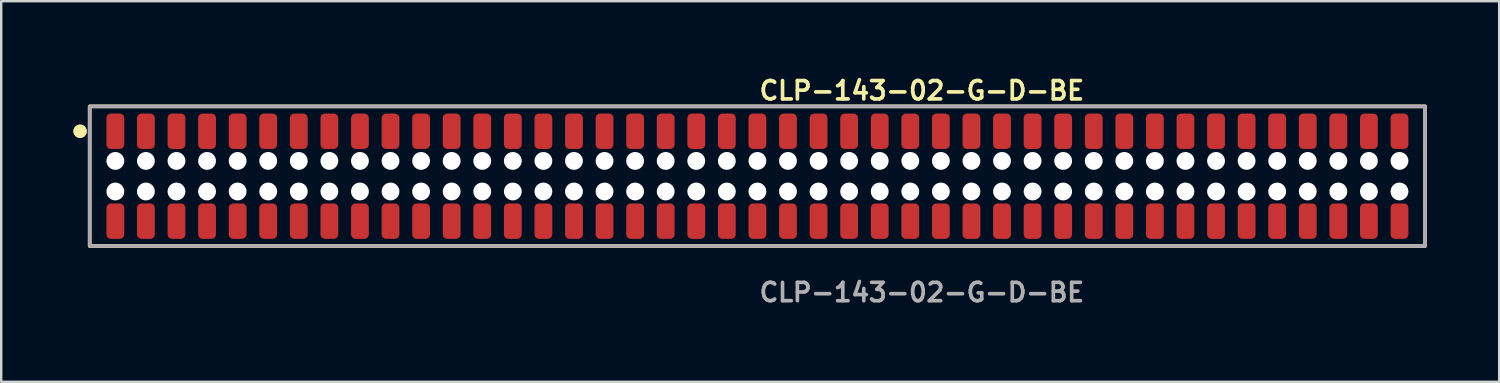
<source format=kicad_pcb>
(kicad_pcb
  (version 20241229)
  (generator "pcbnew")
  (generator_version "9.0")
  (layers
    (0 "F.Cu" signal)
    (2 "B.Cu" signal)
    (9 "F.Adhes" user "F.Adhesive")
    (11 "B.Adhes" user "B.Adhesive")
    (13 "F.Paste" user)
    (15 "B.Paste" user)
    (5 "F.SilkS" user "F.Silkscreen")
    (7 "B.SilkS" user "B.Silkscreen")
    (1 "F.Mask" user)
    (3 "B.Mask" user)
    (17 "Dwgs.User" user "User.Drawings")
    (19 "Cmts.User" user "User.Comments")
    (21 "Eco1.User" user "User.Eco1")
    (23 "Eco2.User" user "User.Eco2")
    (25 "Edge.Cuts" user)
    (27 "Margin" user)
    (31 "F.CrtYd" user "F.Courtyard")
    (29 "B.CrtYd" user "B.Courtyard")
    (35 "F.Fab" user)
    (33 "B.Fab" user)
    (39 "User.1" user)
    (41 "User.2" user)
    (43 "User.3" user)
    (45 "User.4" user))
  (footprint "CLP-143-02-G-D-BE"
    (layer "F.Cu")
    (at 28.411 4.269)
    (property "Reference" "CLP-143-02-G-D-BE" (at 0 -3.556 0) (unlocked yes) (layer "F.SilkS") (effects (font (size 0.762 0.762) (thickness 0.152)) (justify left)))
    (fp_rect (start -27.735 2.9) (end 27.735 -2.9) (stroke (width 0.152) (type solid)) (fill no) (layer "F.SilkS"))
    (fp_circle (center -28.135 -1.867) (end -28.335 -1.867) (stroke (width 0.152) (type solid)) (fill yes) (layer "F.SilkS"))
    (fp_circle (center -28.135 -1.867) (end -28.335 -1.867) (stroke (width 0.152) (type solid)) (fill yes) (layer "F.SilkS"))
    (fp_rect (start -27.735 2.9) (end 27.735 -2.9) (stroke (width 0.006) (type solid)) (fill no) (layer "F.CrtYd"))
    (fp_rect (start -27.735 2.9) (end 27.735 -2.9) (stroke (width 0.152) (type solid)) (fill no) (layer "F.Fab"))
    (fp_text user "${REFERENCE}" (at 0 4.826 0) (unlocked yes) (layer "F.Fab") (effects (font (size 0.762 0.762) (thickness 0.152)) (justify left)))
    (pad "" np_thru_hole circle (at -26.67 -0.635) (size 0.74 0.74) (drill 0.74) (layers "*.Cu" "*.Mask"))
    (pad "" np_thru_hole circle (at -26.67 0.635) (size 0.74 0.74) (drill 0.74) (layers "*.Cu" "*.Mask"))
    (pad "" np_thru_hole circle (at -25.4 -0.635) (size 0.74 0.74) (drill 0.74) (layers "*.Cu" "*.Mask"))
    (pad "" np_thru_hole circle (at -25.4 0.635) (size 0.74 0.74) (drill 0.74) (layers "*.Cu" "*.Mask"))
    (pad "" np_thru_hole circle (at -24.13 -0.635) (size 0.74 0.74) (drill 0.74) (layers "*.Cu" "*.Mask"))
    (pad "" np_thru_hole circle (at -24.13 0.635) (size 0.74 0.74) (drill 0.74) (layers "*.Cu" "*.Mask"))
    (pad "" np_thru_hole circle (at -22.86 -0.635) (size 0.74 0.74) (drill 0.74) (layers "*.Cu" "*.Mask"))
    (pad "" np_thru_hole circle (at -22.86 0.635) (size 0.74 0.74) (drill 0.74) (layers "*.Cu" "*.Mask"))
    (pad "" np_thru_hole circle (at -21.59 -0.635) (size 0.74 0.74) (drill 0.74) (layers "*.Cu" "*.Mask"))
    (pad "" np_thru_hole circle (at -21.59 0.635) (size 0.74 0.74) (drill 0.74) (layers "*.Cu" "*.Mask"))
    (pad "" np_thru_hole circle (at -20.32 -0.635) (size 0.74 0.74) (drill 0.74) (layers "*.Cu" "*.Mask"))
    (pad "" np_thru_hole circle (at -20.32 0.635) (size 0.74 0.74) (drill 0.74) (layers "*.Cu" "*.Mask"))
    (pad "" np_thru_hole circle (at -19.05 -0.635) (size 0.74 0.74) (drill 0.74) (layers "*.Cu" "*.Mask"))
    (pad "" np_thru_hole circle (at -19.05 0.635) (size 0.74 0.74) (drill 0.74) (layers "*.Cu" "*.Mask"))
    (pad "" np_thru_hole circle (at -17.78 -0.635) (size 0.74 0.74) (drill 0.74) (layers "*.Cu" "*.Mask"))
    (pad "" np_thru_hole circle (at -17.78 0.635) (size 0.74 0.74) (drill 0.74) (layers "*.Cu" "*.Mask"))
    (pad "" np_thru_hole circle (at -16.51 -0.635) (size 0.74 0.74) (drill 0.74) (layers "*.Cu" "*.Mask"))
    (pad "" np_thru_hole circle (at -16.51 0.635) (size 0.74 0.74) (drill 0.74) (layers "*.Cu" "*.Mask"))
    (pad "" np_thru_hole circle (at -15.24 -0.635) (size 0.74 0.74) (drill 0.74) (layers "*.Cu" "*.Mask"))
    (pad "" np_thru_hole circle (at -15.24 0.635) (size 0.74 0.74) (drill 0.74) (layers "*.Cu" "*.Mask"))
    (pad "" np_thru_hole circle (at -13.97 -0.635) (size 0.74 0.74) (drill 0.74) (layers "*.Cu" "*.Mask"))
    (pad "" np_thru_hole circle (at -13.97 0.635) (size 0.74 0.74) (drill 0.74) (layers "*.Cu" "*.Mask"))
    (pad "" np_thru_hole circle (at -12.7 -0.635) (size 0.74 0.74) (drill 0.74) (layers "*.Cu" "*.Mask"))
    (pad "" np_thru_hole circle (at -12.7 0.635) (size 0.74 0.74) (drill 0.74) (layers "*.Cu" "*.Mask"))
    (pad "" np_thru_hole circle (at -11.43 -0.635) (size 0.74 0.74) (drill 0.74) (layers "*.Cu" "*.Mask"))
    (pad "" np_thru_hole circle (at -11.43 0.635) (size 0.74 0.74) (drill 0.74) (layers "*.Cu" "*.Mask"))
    (pad "" np_thru_hole circle (at -10.16 -0.635) (size 0.74 0.74) (drill 0.74) (layers "*.Cu" "*.Mask"))
    (pad "" np_thru_hole circle (at -10.16 0.635) (size 0.74 0.74) (drill 0.74) (layers "*.Cu" "*.Mask"))
    (pad "" np_thru_hole circle (at -8.89 -0.635) (size 0.74 0.74) (drill 0.74) (layers "*.Cu" "*.Mask"))
    (pad "" np_thru_hole circle (at -8.89 0.635) (size 0.74 0.74) (drill 0.74) (layers "*.Cu" "*.Mask"))
    (pad "" np_thru_hole circle (at -7.62 -0.635) (size 0.74 0.74) (drill 0.74) (layers "*.Cu" "*.Mask"))
    (pad "" np_thru_hole circle (at -7.62 0.635) (size 0.74 0.74) (drill 0.74) (layers "*.Cu" "*.Mask"))
    (pad "" np_thru_hole circle (at -6.35 -0.635) (size 0.74 0.74) (drill 0.74) (layers "*.Cu" "*.Mask"))
    (pad "" np_thru_hole circle (at -6.35 0.635) (size 0.74 0.74) (drill 0.74) (layers "*.Cu" "*.Mask"))
    (pad "" np_thru_hole circle (at -5.08 -0.635) (size 0.74 0.74) (drill 0.74) (layers "*.Cu" "*.Mask"))
    (pad "" np_thru_hole circle (at -5.08 0.635) (size 0.74 0.74) (drill 0.74) (layers "*.Cu" "*.Mask"))
    (pad "" np_thru_hole circle (at -3.81 -0.635) (size 0.74 0.74) (drill 0.74) (layers "*.Cu" "*.Mask"))
    (pad "" np_thru_hole circle (at -3.81 0.635) (size 0.74 0.74) (drill 0.74) (layers "*.Cu" "*.Mask"))
    (pad "" np_thru_hole circle (at -2.54 -0.635) (size 0.74 0.74) (drill 0.74) (layers "*.Cu" "*.Mask"))
    (pad "" np_thru_hole circle (at -2.54 0.635) (size 0.74 0.74) (drill 0.74) (layers "*.Cu" "*.Mask"))
    (pad "" np_thru_hole circle (at -1.27 -0.635) (size 0.74 0.74) (drill 0.74) (layers "*.Cu" "*.Mask"))
    (pad "" np_thru_hole circle (at -1.27 0.635) (size 0.74 0.74) (drill 0.74) (layers "*.Cu" "*.Mask"))
    (pad "" np_thru_hole circle (at 0 -0.635) (size 0.74 0.74) (drill 0.74) (layers "*.Cu" "*.Mask"))
    (pad "" np_thru_hole circle (at 0 0.635) (size 0.74 0.74) (drill 0.74) (layers "*.Cu" "*.Mask"))
    (pad "" np_thru_hole circle (at 1.27 -0.635) (size 0.74 0.74) (drill 0.74) (layers "*.Cu" "*.Mask"))
    (pad "" np_thru_hole circle (at 1.27 0.635) (size 0.74 0.74) (drill 0.74) (layers "*.Cu" "*.Mask"))
    (pad "" np_thru_hole circle (at 2.54 -0.635) (size 0.74 0.74) (drill 0.74) (layers "*.Cu" "*.Mask"))
    (pad "" np_thru_hole circle (at 2.54 0.635) (size 0.74 0.74) (drill 0.74) (layers "*.Cu" "*.Mask"))
    (pad "" np_thru_hole circle (at 3.81 -0.635) (size 0.74 0.74) (drill 0.74) (layers "*.Cu" "*.Mask"))
    (pad "" np_thru_hole circle (at 3.81 0.635) (size 0.74 0.74) (drill 0.74) (layers "*.Cu" "*.Mask"))
    (pad "" np_thru_hole circle (at 5.08 -0.635) (size 0.74 0.74) (drill 0.74) (layers "*.Cu" "*.Mask"))
    (pad "" np_thru_hole circle (at 5.08 0.635) (size 0.74 0.74) (drill 0.74) (layers "*.Cu" "*.Mask"))
    (pad "" np_thru_hole circle (at 6.35 -0.635) (size 0.74 0.74) (drill 0.74) (layers "*.Cu" "*.Mask"))
    (pad "" np_thru_hole circle (at 6.35 0.635) (size 0.74 0.74) (drill 0.74) (layers "*.Cu" "*.Mask"))
    (pad "" np_thru_hole circle (at 7.62 -0.635) (size 0.74 0.74) (drill 0.74) (layers "*.Cu" "*.Mask"))
    (pad "" np_thru_hole circle (at 7.62 0.635) (size 0.74 0.74) (drill 0.74) (layers "*.Cu" "*.Mask"))
    (pad "" np_thru_hole circle (at 8.89 -0.635) (size 0.74 0.74) (drill 0.74) (layers "*.Cu" "*.Mask"))
    (pad "" np_thru_hole circle (at 8.89 0.635) (size 0.74 0.74) (drill 0.74) (layers "*.Cu" "*.Mask"))
    (pad "" np_thru_hole circle (at 10.16 -0.635) (size 0.74 0.74) (drill 0.74) (layers "*.Cu" "*.Mask"))
    (pad "" np_thru_hole circle (at 10.16 0.635) (size 0.74 0.74) (drill 0.74) (layers "*.Cu" "*.Mask"))
    (pad "" np_thru_hole circle (at 11.43 -0.635) (size 0.74 0.74) (drill 0.74) (layers "*.Cu" "*.Mask"))
    (pad "" np_thru_hole circle (at 11.43 0.635) (size 0.74 0.74) (drill 0.74) (layers "*.Cu" "*.Mask"))
    (pad "" np_thru_hole circle (at 12.7 -0.635) (size 0.74 0.74) (drill 0.74) (layers "*.Cu" "*.Mask"))
    (pad "" np_thru_hole circle (at 12.7 0.635) (size 0.74 0.74) (drill 0.74) (layers "*.Cu" "*.Mask"))
    (pad "" np_thru_hole circle (at 13.97 -0.635) (size 0.74 0.74) (drill 0.74) (layers "*.Cu" "*.Mask"))
    (pad "" np_thru_hole circle (at 13.97 0.635) (size 0.74 0.74) (drill 0.74) (layers "*.Cu" "*.Mask"))
    (pad "" np_thru_hole circle (at 15.24 -0.635) (size 0.74 0.74) (drill 0.74) (layers "*.Cu" "*.Mask"))
    (pad "" np_thru_hole circle (at 15.24 0.635) (size 0.74 0.74) (drill 0.74) (layers "*.Cu" "*.Mask"))
    (pad "" np_thru_hole circle (at 16.51 -0.635) (size 0.74 0.74) (drill 0.74) (layers "*.Cu" "*.Mask"))
    (pad "" np_thru_hole circle (at 16.51 0.635) (size 0.74 0.74) (drill 0.74) (layers "*.Cu" "*.Mask"))
    (pad "" np_thru_hole circle (at 17.78 -0.635) (size 0.74 0.74) (drill 0.74) (layers "*.Cu" "*.Mask"))
    (pad "" np_thru_hole circle (at 17.78 0.635) (size 0.74 0.74) (drill 0.74) (layers "*.Cu" "*.Mask"))
    (pad "" np_thru_hole circle (at 19.05 -0.635) (size 0.74 0.74) (drill 0.74) (layers "*.Cu" "*.Mask"))
    (pad "" np_thru_hole circle (at 19.05 0.635) (size 0.74 0.74) (drill 0.74) (layers "*.Cu" "*.Mask"))
    (pad "" np_thru_hole circle (at 20.32 -0.635) (size 0.74 0.74) (drill 0.74) (layers "*.Cu" "*.Mask"))
    (pad "" np_thru_hole circle (at 20.32 0.635) (size 0.74 0.74) (drill 0.74) (layers "*.Cu" "*.Mask"))
    (pad "" np_thru_hole circle (at 21.59 -0.635) (size 0.74 0.74) (drill 0.74) (layers "*.Cu" "*.Mask"))
    (pad "" np_thru_hole circle (at 21.59 0.635) (size 0.74 0.74) (drill 0.74) (layers "*.Cu" "*.Mask"))
    (pad "" np_thru_hole circle (at 22.86 -0.635) (size 0.74 0.74) (drill 0.74) (layers "*.Cu" "*.Mask"))
    (pad "" np_thru_hole circle (at 22.86 0.635) (size 0.74 0.74) (drill 0.74) (layers "*.Cu" "*.Mask"))
    (pad "" np_thru_hole circle (at 24.13 -0.635) (size 0.74 0.74) (drill 0.74) (layers "*.Cu" "*.Mask"))
    (pad "" np_thru_hole circle (at 24.13 0.635) (size 0.74 0.74) (drill 0.74) (layers "*.Cu" "*.Mask"))
    (pad "" np_thru_hole circle (at 25.4 -0.635) (size 0.74 0.74) (drill 0.74) (layers "*.Cu" "*.Mask"))
    (pad "" np_thru_hole circle (at 25.4 0.635) (size 0.74 0.74) (drill 0.74) (layers "*.Cu" "*.Mask"))
    (pad "" np_thru_hole circle (at 26.67 -0.635) (size 0.74 0.74) (drill 0.74) (layers "*.Cu" "*.Mask"))
    (pad "" np_thru_hole circle (at 26.67 0.635) (size 0.74 0.74) (drill 0.74) (layers "*.Cu" "*.Mask"))
    (pad "1" smd roundrect (at -26.67 -1.867) (size 0.74 1.47) (layers "F.Cu" "F.Paste") (roundrect_rratio 0.25))
    (pad "2" smd roundrect (at -26.67 1.867) (size 0.74 1.47) (layers "F.Cu" "F.Paste") (roundrect_rratio 0.25))
    (pad "3" smd roundrect (at -25.4 -1.867) (size 0.74 1.47) (layers "F.Cu" "F.Paste") (roundrect_rratio 0.25))
    (pad "4" smd roundrect (at -25.4 1.867) (size 0.74 1.47) (layers "F.Cu" "F.Paste") (roundrect_rratio 0.25))
    (pad "5" smd roundrect (at -24.13 -1.867) (size 0.74 1.47) (layers "F.Cu" "F.Paste") (roundrect_rratio 0.25))
    (pad "6" smd roundrect (at -24.13 1.867) (size 0.74 1.47) (layers "F.Cu" "F.Paste") (roundrect_rratio 0.25))
    (pad "7" smd roundrect (at -22.86 -1.867) (size 0.74 1.47) (layers "F.Cu" "F.Paste") (roundrect_rratio 0.25))
    (pad "8" smd roundrect (at -22.86 1.867) (size 0.74 1.47) (layers "F.Cu" "F.Paste") (roundrect_rratio 0.25))
    (pad "9" smd roundrect (at -21.59 -1.867) (size 0.74 1.47) (layers "F.Cu" "F.Paste") (roundrect_rratio 0.25))
    (pad "10" smd roundrect (at -21.59 1.867) (size 0.74 1.47) (layers "F.Cu" "F.Paste") (roundrect_rratio 0.25))
    (pad "11" smd roundrect (at -20.32 -1.867) (size 0.74 1.47) (layers "F.Cu" "F.Paste") (roundrect_rratio 0.25))
    (pad "12" smd roundrect (at -20.32 1.867) (size 0.74 1.47) (layers "F.Cu" "F.Paste") (roundrect_rratio 0.25))
    (pad "13" smd roundrect (at -19.05 -1.867) (size 0.74 1.47) (layers "F.Cu" "F.Paste") (roundrect_rratio 0.25))
    (pad "14" smd roundrect (at -19.05 1.867) (size 0.74 1.47) (layers "F.Cu" "F.Paste") (roundrect_rratio 0.25))
    (pad "15" smd roundrect (at -17.78 -1.867) (size 0.74 1.47) (layers "F.Cu" "F.Paste") (roundrect_rratio 0.25))
    (pad "16" smd roundrect (at -17.78 1.867) (size 0.74 1.47) (layers "F.Cu" "F.Paste") (roundrect_rratio 0.25))
    (pad "17" smd roundrect (at -16.51 -1.867) (size 0.74 1.47) (layers "F.Cu" "F.Paste") (roundrect_rratio 0.25))
    (pad "18" smd roundrect (at -16.51 1.867) (size 0.74 1.47) (layers "F.Cu" "F.Paste") (roundrect_rratio 0.25))
    (pad "19" smd roundrect (at -15.24 -1.867) (size 0.74 1.47) (layers "F.Cu" "F.Paste") (roundrect_rratio 0.25))
    (pad "20" smd roundrect (at -15.24 1.867) (size 0.74 1.47) (layers "F.Cu" "F.Paste") (roundrect_rratio 0.25))
    (pad "21" smd roundrect (at -13.97 -1.867) (size 0.74 1.47) (layers "F.Cu" "F.Paste") (roundrect_rratio 0.25))
    (pad "22" smd roundrect (at -13.97 1.867) (size 0.74 1.47) (layers "F.Cu" "F.Paste") (roundrect_rratio 0.25))
    (pad "23" smd roundrect (at -12.7 -1.867) (size 0.74 1.47) (layers "F.Cu" "F.Paste") (roundrect_rratio 0.25))
    (pad "24" smd roundrect (at -12.7 1.867) (size 0.74 1.47) (layers "F.Cu" "F.Paste") (roundrect_rratio 0.25))
    (pad "25" smd roundrect (at -11.43 -1.867) (size 0.74 1.47) (layers "F.Cu" "F.Paste") (roundrect_rratio 0.25))
    (pad "26" smd roundrect (at -11.43 1.867) (size 0.74 1.47) (layers "F.Cu" "F.Paste") (roundrect_rratio 0.25))
    (pad "27" smd roundrect (at -10.16 -1.867) (size 0.74 1.47) (layers "F.Cu" "F.Paste") (roundrect_rratio 0.25))
    (pad "28" smd roundrect (at -10.16 1.867) (size 0.74 1.47) (layers "F.Cu" "F.Paste") (roundrect_rratio 0.25))
    (pad "29" smd roundrect (at -8.89 -1.867) (size 0.74 1.47) (layers "F.Cu" "F.Paste") (roundrect_rratio 0.25))
    (pad "30" smd roundrect (at -8.89 1.867) (size 0.74 1.47) (layers "F.Cu" "F.Paste") (roundrect_rratio 0.25))
    (pad "31" smd roundrect (at -7.62 -1.867) (size 0.74 1.47) (layers "F.Cu" "F.Paste") (roundrect_rratio 0.25))
    (pad "32" smd roundrect (at -7.62 1.867) (size 0.74 1.47) (layers "F.Cu" "F.Paste") (roundrect_rratio 0.25))
    (pad "33" smd roundrect (at -6.35 -1.867) (size 0.74 1.47) (layers "F.Cu" "F.Paste") (roundrect_rratio 0.25))
    (pad "34" smd roundrect (at -6.35 1.867) (size 0.74 1.47) (layers "F.Cu" "F.Paste") (roundrect_rratio 0.25))
    (pad "35" smd roundrect (at -5.08 -1.867) (size 0.74 1.47) (layers "F.Cu" "F.Paste") (roundrect_rratio 0.25))
    (pad "36" smd roundrect (at -5.08 1.867) (size 0.74 1.47) (layers "F.Cu" "F.Paste") (roundrect_rratio 0.25))
    (pad "37" smd roundrect (at -3.81 -1.867) (size 0.74 1.47) (layers "F.Cu" "F.Paste") (roundrect_rratio 0.25))
    (pad "38" smd roundrect (at -3.81 1.867) (size 0.74 1.47) (layers "F.Cu" "F.Paste") (roundrect_rratio 0.25))
    (pad "39" smd roundrect (at -2.54 -1.867) (size 0.74 1.47) (layers "F.Cu" "F.Paste") (roundrect_rratio 0.25))
    (pad "40" smd roundrect (at -2.54 1.867) (size 0.74 1.47) (layers "F.Cu" "F.Paste") (roundrect_rratio 0.25))
    (pad "41" smd roundrect (at -1.27 -1.867) (size 0.74 1.47) (layers "F.Cu" "F.Paste") (roundrect_rratio 0.25))
    (pad "42" smd roundrect (at -1.27 1.867) (size 0.74 1.47) (layers "F.Cu" "F.Paste") (roundrect_rratio 0.25))
    (pad "43" smd roundrect (at 0 -1.867) (size 0.74 1.47) (layers "F.Cu" "F.Paste") (roundrect_rratio 0.25))
    (pad "44" smd roundrect (at 0 1.867) (size 0.74 1.47) (layers "F.Cu" "F.Paste") (roundrect_rratio 0.25))
    (pad "45" smd roundrect (at 1.27 -1.867) (size 0.74 1.47) (layers "F.Cu" "F.Paste") (roundrect_rratio 0.25))
    (pad "46" smd roundrect (at 1.27 1.867) (size 0.74 1.47) (layers "F.Cu" "F.Paste") (roundrect_rratio 0.25))
    (pad "47" smd roundrect (at 2.54 -1.867) (size 0.74 1.47) (layers "F.Cu" "F.Paste") (roundrect_rratio 0.25))
    (pad "48" smd roundrect (at 2.54 1.867) (size 0.74 1.47) (layers "F.Cu" "F.Paste") (roundrect_rratio 0.25))
    (pad "49" smd roundrect (at 3.81 -1.867) (size 0.74 1.47) (layers "F.Cu" "F.Paste") (roundrect_rratio 0.25))
    (pad "50" smd roundrect (at 3.81 1.867) (size 0.74 1.47) (layers "F.Cu" "F.Paste") (roundrect_rratio 0.25))
    (pad "51" smd roundrect (at 5.08 -1.867) (size 0.74 1.47) (layers "F.Cu" "F.Paste") (roundrect_rratio 0.25))
    (pad "52" smd roundrect (at 5.08 1.867) (size 0.74 1.47) (layers "F.Cu" "F.Paste") (roundrect_rratio 0.25))
    (pad "53" smd roundrect (at 6.35 -1.867) (size 0.74 1.47) (layers "F.Cu" "F.Paste") (roundrect_rratio 0.25))
    (pad "54" smd roundrect (at 6.35 1.867) (size 0.74 1.47) (layers "F.Cu" "F.Paste") (roundrect_rratio 0.25))
    (pad "55" smd roundrect (at 7.62 -1.867) (size 0.74 1.47) (layers "F.Cu" "F.Paste") (roundrect_rratio 0.25))
    (pad "56" smd roundrect (at 7.62 1.867) (size 0.74 1.47) (layers "F.Cu" "F.Paste") (roundrect_rratio 0.25))
    (pad "57" smd roundrect (at 8.89 -1.867) (size 0.74 1.47) (layers "F.Cu" "F.Paste") (roundrect_rratio 0.25))
    (pad "58" smd roundrect (at 8.89 1.867) (size 0.74 1.47) (layers "F.Cu" "F.Paste") (roundrect_rratio 0.25))
    (pad "59" smd roundrect (at 10.16 -1.867) (size 0.74 1.47) (layers "F.Cu" "F.Paste") (roundrect_rratio 0.25))
    (pad "60" smd roundrect (at 10.16 1.867) (size 0.74 1.47) (layers "F.Cu" "F.Paste") (roundrect_rratio 0.25))
    (pad "61" smd roundrect (at 11.43 -1.867) (size 0.74 1.47) (layers "F.Cu" "F.Paste") (roundrect_rratio 0.25))
    (pad "62" smd roundrect (at 11.43 1.867) (size 0.74 1.47) (layers "F.Cu" "F.Paste") (roundrect_rratio 0.25))
    (pad "63" smd roundrect (at 12.7 -1.867) (size 0.74 1.47) (layers "F.Cu" "F.Paste") (roundrect_rratio 0.25))
    (pad "64" smd roundrect (at 12.7 1.867) (size 0.74 1.47) (layers "F.Cu" "F.Paste") (roundrect_rratio 0.25))
    (pad "65" smd roundrect (at 13.97 -1.867) (size 0.74 1.47) (layers "F.Cu" "F.Paste") (roundrect_rratio 0.25))
    (pad "66" smd roundrect (at 13.97 1.867) (size 0.74 1.47) (layers "F.Cu" "F.Paste") (roundrect_rratio 0.25))
    (pad "67" smd roundrect (at 15.24 -1.867) (size 0.74 1.47) (layers "F.Cu" "F.Paste") (roundrect_rratio 0.25))
    (pad "68" smd roundrect (at 15.24 1.867) (size 0.74 1.47) (layers "F.Cu" "F.Paste") (roundrect_rratio 0.25))
    (pad "69" smd roundrect (at 16.51 -1.867) (size 0.74 1.47) (layers "F.Cu" "F.Paste") (roundrect_rratio 0.25))
    (pad "70" smd roundrect (at 16.51 1.867) (size 0.74 1.47) (layers "F.Cu" "F.Paste") (roundrect_rratio 0.25))
    (pad "71" smd roundrect (at 17.78 -1.867) (size 0.74 1.47) (layers "F.Cu" "F.Paste") (roundrect_rratio 0.25))
    (pad "72" smd roundrect (at 17.78 1.867) (size 0.74 1.47) (layers "F.Cu" "F.Paste") (roundrect_rratio 0.25))
    (pad "73" smd roundrect (at 19.05 -1.867) (size 0.74 1.47) (layers "F.Cu" "F.Paste") (roundrect_rratio 0.25))
    (pad "74" smd roundrect (at 19.05 1.867) (size 0.74 1.47) (layers "F.Cu" "F.Paste") (roundrect_rratio 0.25))
    (pad "75" smd roundrect (at 20.32 -1.867) (size 0.74 1.47) (layers "F.Cu" "F.Paste") (roundrect_rratio 0.25))
    (pad "76" smd roundrect (at 20.32 1.867) (size 0.74 1.47) (layers "F.Cu" "F.Paste") (roundrect_rratio 0.25))
    (pad "77" smd roundrect (at 21.59 -1.867) (size 0.74 1.47) (layers "F.Cu" "F.Paste") (roundrect_rratio 0.25))
    (pad "78" smd roundrect (at 21.59 1.867) (size 0.74 1.47) (layers "F.Cu" "F.Paste") (roundrect_rratio 0.25))
    (pad "79" smd roundrect (at 22.86 -1.867) (size 0.74 1.47) (layers "F.Cu" "F.Paste") (roundrect_rratio 0.25))
    (pad "80" smd roundrect (at 22.86 1.867) (size 0.74 1.47) (layers "F.Cu" "F.Paste") (roundrect_rratio 0.25))
    (pad "81" smd roundrect (at 24.13 -1.867) (size 0.74 1.47) (layers "F.Cu" "F.Paste") (roundrect_rratio 0.25))
    (pad "82" smd roundrect (at 24.13 1.867) (size 0.74 1.47) (layers "F.Cu" "F.Paste") (roundrect_rratio 0.25))
    (pad "83" smd roundrect (at 25.4 -1.867) (size 0.74 1.47) (layers "F.Cu" "F.Paste") (roundrect_rratio 0.25))
    (pad "84" smd roundrect (at 25.4 1.867) (size 0.74 1.47) (layers "F.Cu" "F.Paste") (roundrect_rratio 0.25))
    (pad "85" smd roundrect (at 26.67 -1.867) (size 0.74 1.47) (layers "F.Cu" "F.Paste") (roundrect_rratio 0.25))
    (pad "86" smd roundrect (at 26.67 1.867) (size 0.74 1.47) (layers "F.Cu" "F.Paste") (roundrect_rratio 0.25)))
  (gr_rect
    (start -3 -3)
    (end 59.222 12.808)
    (stroke (width 0.1) (type default))
    (fill no)
    (layer "Edge.Cuts")))
</source>
